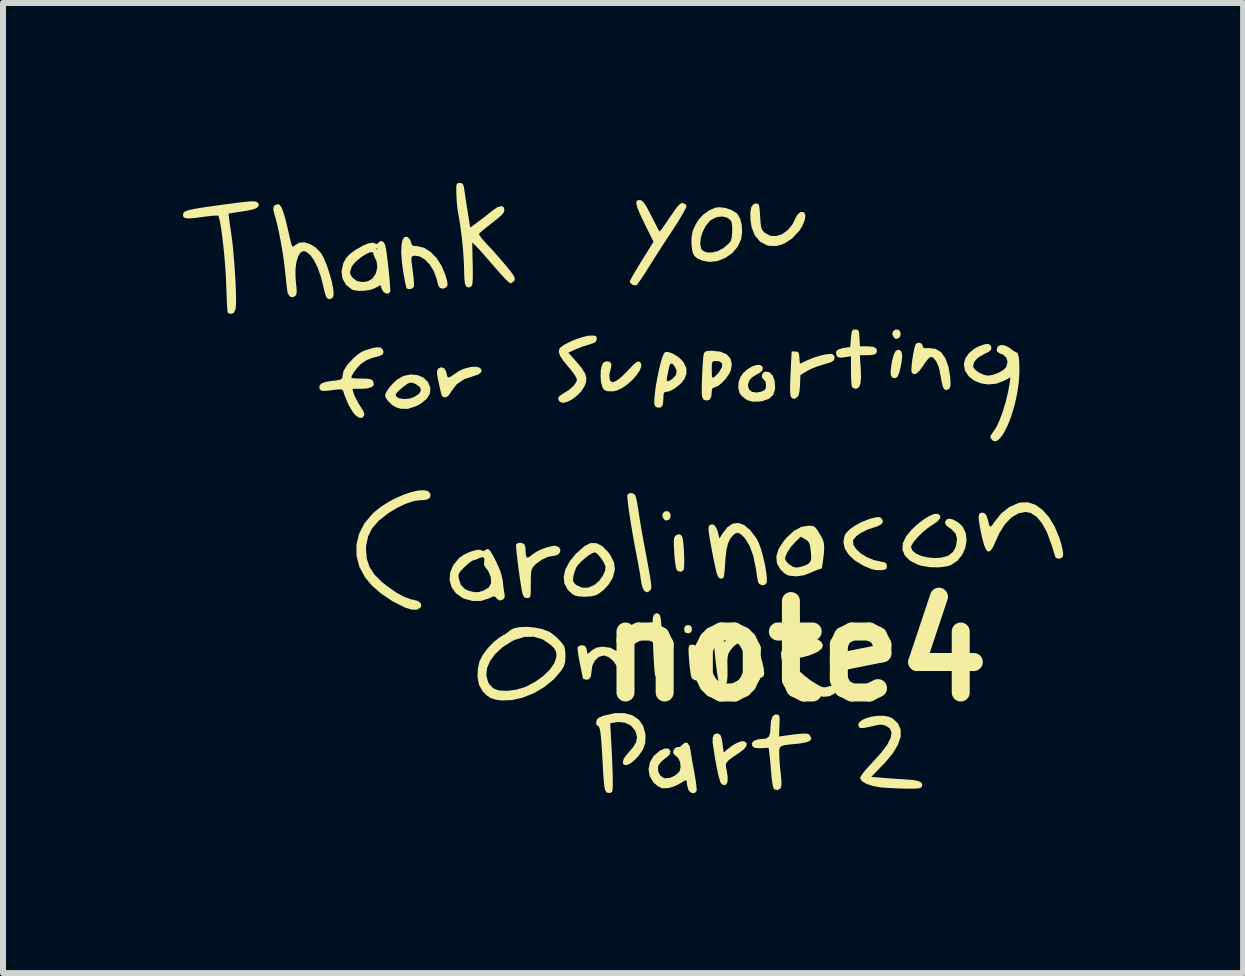
<source format=kicad_pcb>
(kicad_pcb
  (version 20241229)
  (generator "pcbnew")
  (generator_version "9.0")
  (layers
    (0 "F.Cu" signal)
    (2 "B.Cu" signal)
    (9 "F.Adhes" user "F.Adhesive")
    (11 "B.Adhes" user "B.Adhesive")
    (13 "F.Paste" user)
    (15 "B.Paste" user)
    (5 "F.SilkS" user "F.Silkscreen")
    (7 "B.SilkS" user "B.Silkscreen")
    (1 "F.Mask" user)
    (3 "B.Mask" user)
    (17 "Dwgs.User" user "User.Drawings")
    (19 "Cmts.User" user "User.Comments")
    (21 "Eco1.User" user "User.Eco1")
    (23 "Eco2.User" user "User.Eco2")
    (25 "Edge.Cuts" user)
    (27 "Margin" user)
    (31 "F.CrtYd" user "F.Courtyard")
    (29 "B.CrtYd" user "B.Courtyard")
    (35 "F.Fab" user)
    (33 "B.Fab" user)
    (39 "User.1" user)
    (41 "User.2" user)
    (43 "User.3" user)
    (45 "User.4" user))
  (footprint "note4"
    (layer "F.Cu")
    (at 10.206 7.803)
    (property "Reference" "note4" (at 0 0 0) (layer "F.SilkS") (effects (font (size 1.524 1.524) (thickness 0.3))))
    (attr board_only exclude_from_pos_files exclude_from_bom)
    (fp_poly (pts (xy -1.733 -0.414) (xy -1.722 -0.366) (xy -1.735 -0.316) (xy -1.777 -0.297) (xy -1.828 -0.306) (xy -1.847 -0.328) (xy -1.852 -0.388) (xy -1.823 -0.428) (xy -1.777 -0.435)) (stroke (width 0) (type solid)) (fill yes) (layer "F.SilkS"))
    (fp_poly (pts (xy -2.116 -2.33) (xy -2.084 -2.297) (xy -2.078 -2.245) (xy -2.097 -2.2) (xy -2.115 -2.188) (xy -2.152 -2.176) (xy -2.174 -2.184) (xy -2.193 -2.203) (xy -2.218 -2.253) (xy -2.206 -2.301) (xy -2.169 -2.332)) (stroke (width 0) (type solid)) (fill yes) (layer "F.SilkS"))
    (fp_poly (pts (xy 1.719 -5.359) (xy 1.75 -5.325) (xy 1.757 -5.274) (xy 1.738 -5.229) (xy 1.72 -5.217) (xy 1.682 -5.204) (xy 1.661 -5.212) (xy 1.641 -5.231) (xy 1.617 -5.281) (xy 1.628 -5.329) (xy 1.666 -5.36)) (stroke (width 0) (type solid)) (fill yes) (layer "F.SilkS"))
    (fp_poly (pts (xy 1.743 -5.017) (xy 1.772 -4.986) (xy 1.782 -4.921) (xy 1.772 -4.818) (xy 1.756 -4.733) (xy 1.73 -4.632) (xy 1.703 -4.573) (xy 1.67 -4.55) (xy 1.625 -4.556) (xy 1.618 -4.559) (xy 1.594 -4.592) (xy 1.589 -4.664) (xy 1.603 -4.779) (xy 1.615 -4.844) (xy 1.643 -4.947) (xy 1.675 -5.005) (xy 1.717 -5.023)) (stroke (width 0) (type solid)) (fill yes) (layer "F.SilkS"))
    (fp_poly (pts (xy -1.909 -1.938) (xy -1.89 -1.916) (xy -1.876 -1.873) (xy -1.865 -1.801) (xy -1.857 -1.691) (xy -1.855 -1.646) (xy -1.851 -1.531) (xy -1.852 -1.436) (xy -1.857 -1.371) (xy -1.864 -1.349) (xy -1.909 -1.321) (xy -1.96 -1.336) (xy -1.975 -1.352) (xy -1.988 -1.389) (xy -2.001 -1.463) (xy -2.012 -1.562) (xy -2.018 -1.639) (xy -2.024 -1.756) (xy -2.025 -1.833) (xy -2.02 -1.882) (xy -2.007 -1.912) (xy -1.992 -1.928) (xy -1.944 -1.95)) (stroke (width 0) (type solid)) (fill yes) (layer "F.SilkS"))
    (fp_poly (pts (xy -1.692 -0.107) (xy -1.67 -0.092) (xy -1.653 -0.055) (xy -1.636 0.018) (xy -1.619 0.112) (xy -1.604 0.216) (xy -1.594 0.315) (xy -1.59 0.396) (xy -1.594 0.446) (xy -1.595 0.449) (xy -1.629 0.483) (xy -1.677 0.485) (xy -1.72 0.455) (xy -1.732 0.433) (xy -1.743 0.385) (xy -1.755 0.302) (xy -1.766 0.199) (xy -1.771 0.143) (xy -1.778 0.034) (xy -1.78 -0.036) (xy -1.774 -0.077) (xy -1.761 -0.098) (xy -1.745 -0.107)) (stroke (width 0) (type solid)) (fill yes) (layer "F.SilkS"))
    (fp_poly (pts (xy -2.277 -0.62) (xy -2.262 -0.605) (xy -2.25 -0.578) (xy -2.241 -0.531) (xy -2.233 -0.458) (xy -2.226 -0.354) (xy -2.22 -0.21) (xy -2.215 -0.109) (xy -2.21 0.041) (xy -2.207 0.176) (xy -2.205 0.287) (xy -2.205 0.366) (xy -2.208 0.405) (xy -2.209 0.407) (xy -2.241 0.434) (xy -2.29 0.437) (xy -2.331 0.416) (xy -2.335 0.411) (xy -2.341 0.379) (xy -2.348 0.306) (xy -2.356 0.2) (xy -2.363 0.069) (xy -2.37 -0.079) (xy -2.37 -0.096) (xy -2.376 -0.265) (xy -2.379 -0.393) (xy -2.378 -0.484) (xy -2.375 -0.546) (xy -2.367 -0.585) (xy -2.356 -0.608) (xy -2.354 -0.61) (xy -2.314 -0.633)) (stroke (width 0) (type solid)) (fill yes) (layer "F.SilkS"))
    (fp_poly (pts (xy -5.257 -4.722) (xy -5.228 -4.688) (xy -5.237 -4.648) (xy -5.285 -4.61) (xy -5.357 -4.586) (xy -5.519 -4.533) (xy -5.644 -4.448) (xy -5.732 -4.331) (xy -5.743 -4.311) (xy -5.782 -4.256) (xy -5.83 -4.23) (xy -5.873 -4.236) (xy -5.895 -4.267) (xy -5.907 -4.311) (xy -5.925 -4.388) (xy -5.945 -4.481) (xy -5.947 -4.492) (xy -5.966 -4.587) (xy -5.973 -4.645) (xy -5.968 -4.681) (xy -5.953 -4.706) (xy -5.947 -4.712) (xy -5.9 -4.732) (xy -5.852 -4.714) (xy -5.821 -4.664) (xy -5.817 -4.65) (xy -5.803 -4.583) (xy -5.782 -4.56) (xy -5.743 -4.575) (xy -5.709 -4.599) (xy -5.612 -4.665) (xy -5.526 -4.706) (xy -5.426 -4.732) (xy -5.41 -4.736) (xy -5.318 -4.741)) (stroke (width 0) (type solid)) (fill yes) (layer "F.SilkS"))
    (fp_poly (pts (xy -3.089 -4.821) (xy -3.064 -4.779) (xy -3.075 -4.707) (xy -3.078 -4.7) (xy -3.1 -4.605) (xy -3.092 -4.523) (xy -3.08 -4.498) (xy -3.044 -4.481) (xy -2.985 -4.504) (xy -2.906 -4.563) (xy -2.81 -4.656) (xy -2.777 -4.692) (xy -2.698 -4.775) (xy -2.642 -4.82) (xy -2.605 -4.829) (xy -2.604 -4.828) (xy -2.569 -4.794) (xy -2.568 -4.74) (xy -2.597 -4.671) (xy -2.649 -4.595) (xy -2.718 -4.518) (xy -2.799 -4.446) (xy -2.885 -4.386) (xy -2.973 -4.345) (xy -3.035 -4.33) (xy -3.131 -4.332) (xy -3.185 -4.354) (xy -3.216 -4.402) (xy -3.238 -4.484) (xy -3.246 -4.583) (xy -3.241 -4.684) (xy -3.231 -4.738) (xy -3.206 -4.8) (xy -3.167 -4.827) (xy -3.146 -4.831)) (stroke (width 0) (type solid)) (fill yes) (layer "F.SilkS"))
    (fp_poly (pts (xy 0.039 -4.989) (xy 0.059 -4.963) (xy 0.068 -4.902) (xy 0.068 -4.892) (xy 0.076 -4.79) (xy 0.203 -4.849) (xy 0.309 -4.892) (xy 0.418 -4.926) (xy 0.518 -4.948) (xy 0.594 -4.954) (xy 0.622 -4.949) (xy 0.653 -4.914) (xy 0.655 -4.879) (xy 0.643 -4.848) (xy 0.61 -4.823) (xy 0.547 -4.8) (xy 0.476 -4.78) (xy 0.37 -4.747) (xy 0.266 -4.705) (xy 0.195 -4.669) (xy 0.085 -4.602) (xy 0.079 -4.432) (xy 0.07 -4.328) (xy 0.054 -4.263) (xy 0.031 -4.231) (xy -0.016 -4.204) (xy -0.05 -4.213) (xy -0.07 -4.234) (xy -0.081 -4.267) (xy -0.087 -4.337) (xy -0.086 -4.446) (xy -0.081 -4.6) (xy -0.079 -4.631) (xy -0.061 -4.995) (xy 0 -4.995)) (stroke (width 0) (type solid)) (fill yes) (layer "F.SilkS"))
    (fp_poly (pts (xy -1.282 1.377) (xy -1.255 1.392) (xy -1.238 1.419) (xy -1.224 1.472) (xy -1.21 1.56) (xy -1.209 1.572) (xy -1.193 1.69) (xy -1.14 1.643) (xy -1.054 1.576) (xy -0.968 1.527) (xy -0.894 1.502) (xy -0.855 1.502) (xy -0.811 1.532) (xy -0.811 1.576) (xy -0.854 1.633) (xy -0.934 1.695) (xy -1.036 1.763) (xy -1.103 1.812) (xy -1.141 1.851) (xy -1.157 1.886) (xy -1.156 1.925) (xy -1.148 1.966) (xy -1.128 2.083) (xy -1.128 2.17) (xy -1.148 2.222) (xy -1.186 2.236) (xy -1.23 2.215) (xy -1.251 2.178) (xy -1.275 2.097) (xy -1.302 1.978) (xy -1.331 1.826) (xy -1.36 1.646) (xy -1.378 1.523) (xy -1.377 1.44) (xy -1.352 1.387) (xy -1.306 1.371)) (stroke (width 0) (type solid)) (fill yes) (layer "F.SilkS"))
    (fp_poly (pts (xy -0.629 -7.459) (xy -0.611 -7.445) (xy -0.6 -7.411) (xy -0.593 -7.347) (xy -0.586 -7.245) (xy -0.579 -7.14) (xy -0.57 -7.071) (xy -0.554 -7.026) (xy -0.529 -6.993) (xy -0.505 -6.971) (xy -0.417 -6.923) (xy -0.319 -6.918) (xy -0.22 -6.95) (xy -0.126 -7.017) (xy -0.047 -7.113) (xy 0.003 -7.217) (xy 0.041 -7.283) (xy 0.089 -7.319) (xy 0.137 -7.318) (xy 0.152 -7.307) (xy 0.168 -7.259) (xy 0.157 -7.186) (xy 0.124 -7.1) (xy 0.072 -7.013) (xy 0.065 -7.005) (xy -0.051 -6.88) (xy -0.177 -6.796) (xy -0.307 -6.753) (xy -0.437 -6.755) (xy -0.473 -6.765) (xy -0.586 -6.825) (xy -0.671 -6.924) (xy -0.726 -7.057) (xy -0.746 -7.174) (xy -0.75 -7.31) (xy -0.733 -7.403) (xy -0.693 -7.453) (xy -0.658 -7.461)) (stroke (width 0) (type solid)) (fill yes) (layer "F.SilkS"))
    (fp_poly (pts (xy -2.674 -2.607) (xy -2.666 -2.595) (xy -2.653 -2.552) (xy -2.636 -2.475) (xy -2.62 -2.378) (xy -2.615 -2.345) (xy -2.601 -2.25) (xy -2.58 -2.121) (xy -2.554 -1.969) (xy -2.525 -1.809) (xy -2.504 -1.697) (xy -2.468 -1.505) (xy -2.441 -1.355) (xy -2.421 -1.242) (xy -2.408 -1.159) (xy -2.401 -1.102) (xy -2.4 -1.063) (xy -2.403 -1.039) (xy -2.411 -1.023) (xy -2.419 -1.013) (xy -2.459 -0.98) (xy -2.5 -0.992) (xy -2.522 -1.012) (xy -2.545 -1.055) (xy -2.564 -1.127) (xy -2.573 -1.18) (xy -2.584 -1.258) (xy -2.603 -1.369) (xy -2.626 -1.497) (xy -2.649 -1.616) (xy -2.681 -1.783) (xy -2.711 -1.953) (xy -2.739 -2.118) (xy -2.763 -2.27) (xy -2.782 -2.403) (xy -2.794 -2.508) (xy -2.8 -2.579) (xy -2.798 -2.605) (xy -2.766 -2.633) (xy -2.718 -2.633)) (stroke (width 0) (type solid)) (fill yes) (layer "F.SilkS"))
    (fp_poly (pts (xy 1.036 -5.357) (xy 1.055 -5.338) (xy 1.065 -5.292) (xy 1.07 -5.22) (xy 1.077 -5.08) (xy 1.208 -5.08) (xy 1.301 -5.072) (xy 1.351 -5.046) (xy 1.361 -5.001) (xy 1.352 -4.97) (xy 1.325 -4.946) (xy 1.262 -4.935) (xy 1.207 -4.933) (xy 1.076 -4.933) (xy 1.091 -4.706) (xy 1.096 -4.564) (xy 1.087 -4.464) (xy 1.064 -4.402) (xy 1.026 -4.375) (xy 1.003 -4.372) (xy 0.958 -4.39) (xy 0.943 -4.41) (xy 0.936 -4.451) (xy 0.931 -4.527) (xy 0.928 -4.626) (xy 0.928 -4.682) (xy 0.928 -4.915) (xy 0.82 -4.898) (xy 0.749 -4.891) (xy 0.71 -4.9) (xy 0.687 -4.927) (xy 0.676 -4.984) (xy 0.711 -5.025) (xy 0.792 -5.051) (xy 0.81 -5.054) (xy 0.916 -5.068) (xy 0.928 -5.214) (xy 0.936 -5.296) (xy 0.948 -5.34) (xy 0.968 -5.358) (xy 1.001 -5.361)) (stroke (width 0) (type solid)) (fill yes) (layer "F.SilkS"))
    (fp_poly (pts (xy 1.423 -2.224) (xy 1.44 -2.21) (xy 1.462 -2.163) (xy 1.439 -2.119) (xy 1.372 -2.081) (xy 1.311 -2.061) (xy 1.201 -2.024) (xy 1.099 -1.974) (xy 1.019 -1.917) (xy 0.97 -1.862) (xy 0.963 -1.844) (xy 0.968 -1.774) (xy 1.014 -1.7) (xy 1.092 -1.628) (xy 1.194 -1.566) (xy 1.313 -1.517) (xy 1.429 -1.491) (xy 1.492 -1.478) (xy 1.52 -1.456) (xy 1.526 -1.417) (xy 1.521 -1.378) (xy 1.497 -1.359) (xy 1.441 -1.35) (xy 1.417 -1.349) (xy 1.34 -1.351) (xy 1.259 -1.371) (xy 1.157 -1.414) (xy 1.131 -1.426) (xy 0.993 -1.51) (xy 0.89 -1.606) (xy 0.825 -1.71) (xy 0.801 -1.817) (xy 0.821 -1.922) (xy 0.845 -1.966) (xy 0.905 -2.029) (xy 0.999 -2.095) (xy 1.112 -2.155) (xy 1.23 -2.201) (xy 1.265 -2.211) (xy 1.345 -2.23) (xy 1.393 -2.235)) (stroke (width 0) (type solid)) (fill yes) (layer "F.SilkS"))
    (fp_poly (pts (xy -6.299 -4.602) (xy -6.197 -4.558) (xy -6.122 -4.484) (xy -6.082 -4.387) (xy -6.089 -4.293) (xy -6.143 -4.205) (xy -6.241 -4.125) (xy -6.326 -4.081) (xy -6.456 -4.038) (xy -6.574 -4.039) (xy -6.657 -4.065) (xy -6.722 -4.105) (xy -6.782 -4.162) (xy -6.826 -4.221) (xy -6.838 -4.262) (xy -6.832 -4.28) (xy -6.66 -4.28) (xy -6.655 -4.253) (xy -6.646 -4.241) (xy -6.595 -4.212) (xy -6.516 -4.202) (xy -6.428 -4.21) (xy -6.353 -4.236) (xy -6.272 -4.29) (xy -6.239 -4.345) (xy -6.254 -4.397) (xy -6.318 -4.446) (xy -6.332 -4.453) (xy -6.382 -4.473) (xy -6.425 -4.474) (xy -6.473 -4.452) (xy -6.537 -4.403) (xy -6.582 -4.365) (xy -6.637 -4.313) (xy -6.66 -4.28) (xy -6.832 -4.28) (xy -6.821 -4.311) (xy -6.777 -4.38) (xy -6.714 -4.454) (xy -6.643 -4.521) (xy -6.637 -4.526) (xy -6.531 -4.587) (xy -6.414 -4.611)) (stroke (width 0) (type solid)) (fill yes) (layer "F.SilkS"))
    (fp_poly (pts (xy 2.102 -5.128) (xy 2.125 -5.089) (xy 2.125 -5.083) (xy 2.134 -5.058) (xy 2.17 -5.049) (xy 2.23 -5.051) (xy 2.34 -5.038) (xy 2.431 -4.981) (xy 2.502 -4.882) (xy 2.553 -4.742) (xy 2.582 -4.564) (xy 2.582 -4.56) (xy 2.588 -4.463) (xy 2.583 -4.405) (xy 2.568 -4.375) (xy 2.562 -4.37) (xy 2.516 -4.349) (xy 2.484 -4.365) (xy 2.473 -4.378) (xy 2.458 -4.416) (xy 2.44 -4.488) (xy 2.424 -4.579) (xy 2.422 -4.59) (xy 2.393 -4.728) (xy 2.351 -4.829) (xy 2.298 -4.89) (xy 2.265 -4.904) (xy 2.23 -4.888) (xy 2.18 -4.83) (xy 2.136 -4.764) (xy 2.071 -4.674) (xy 2.015 -4.623) (xy 1.97 -4.615) (xy 1.939 -4.65) (xy 1.939 -4.65) (xy 1.935 -4.695) (xy 1.94 -4.772) (xy 1.951 -4.866) (xy 1.967 -4.962) (xy 1.985 -5.048) (xy 2.003 -5.107) (xy 2.012 -5.124) (xy 2.057 -5.143)) (stroke (width 0) (type solid)) (fill yes) (layer "F.SilkS"))
    (fp_poly (pts (xy -0.551 -4.746) (xy -0.542 -4.721) (xy -0.548 -4.679) (xy -0.587 -4.643) (xy -0.629 -4.619) (xy -0.717 -4.566) (xy -0.766 -4.513) (xy -0.787 -4.447) (xy -0.789 -4.43) (xy -0.773 -4.364) (xy -0.723 -4.323) (xy -0.647 -4.31) (xy -0.573 -4.323) (xy -0.516 -4.348) (xy -0.492 -4.383) (xy -0.488 -4.432) (xy -0.5 -4.499) (xy -0.527 -4.528) (xy -0.556 -4.559) (xy -0.555 -4.606) (xy -0.53 -4.646) (xy -0.5 -4.66) (xy -0.43 -4.648) (xy -0.376 -4.593) (xy -0.343 -4.5) (xy -0.342 -4.496) (xy -0.336 -4.37) (xy -0.367 -4.273) (xy -0.438 -4.206) (xy -0.548 -4.167) (xy -0.616 -4.159) (xy -0.712 -4.158) (xy -0.785 -4.178) (xy -0.823 -4.198) (xy -0.882 -4.244) (xy -0.924 -4.291) (xy -0.927 -4.296) (xy -0.95 -4.383) (xy -0.944 -4.486) (xy -0.916 -4.567) (xy -0.865 -4.639) (xy -0.797 -4.699) (xy -0.723 -4.744) (xy -0.65 -4.769) (xy -0.59 -4.771)) (stroke (width 0) (type solid)) (fill yes) (layer "F.SilkS"))
    (fp_poly (pts (xy -4.561 -1.804) (xy -4.518 -1.782) (xy -4.509 -1.769) (xy -4.498 -1.717) (xy -4.494 -1.651) (xy -4.488 -1.582) (xy -4.468 -1.557) (xy -4.428 -1.574) (xy -4.38 -1.612) (xy -4.312 -1.658) (xy -4.221 -1.701) (xy -4.124 -1.735) (xy -4.038 -1.754) (xy -3.99 -1.754) (xy -3.934 -1.727) (xy -3.914 -1.684) (xy -3.927 -1.638) (xy -3.969 -1.601) (xy -4.034 -1.587) (xy -4.126 -1.57) (xy -4.228 -1.522) (xy -4.321 -1.455) (xy -4.347 -1.429) (xy -4.376 -1.395) (xy -4.394 -1.358) (xy -4.404 -1.306) (xy -4.408 -1.229) (xy -4.408 -1.127) (xy -4.409 -1.019) (xy -4.412 -0.949) (xy -4.42 -0.91) (xy -4.435 -0.891) (xy -4.459 -0.884) (xy -4.463 -0.884) (xy -4.514 -0.894) (xy -4.539 -0.933) (xy -4.552 -0.98) (xy -4.567 -1.061) (xy -4.584 -1.168) (xy -4.602 -1.29) (xy -4.619 -1.416) (xy -4.634 -1.538) (xy -4.646 -1.645) (xy -4.653 -1.728) (xy -4.654 -1.776) (xy -4.652 -1.784) (xy -4.615 -1.805)) (stroke (width 0) (type solid)) (fill yes) (layer "F.SilkS"))
    (fp_poly (pts (xy -3.321 -5.25) (xy -3.31 -5.224) (xy -3.309 -5.205) (xy -3.317 -5.167) (xy -3.346 -5.142) (xy -3.41 -5.118) (xy -3.431 -5.112) (xy -3.533 -5.08) (xy -3.638 -5.04) (xy -3.668 -5.027) (xy -3.783 -4.975) (xy -3.65 -4.826) (xy -3.56 -4.718) (xy -3.505 -4.631) (xy -3.482 -4.555) (xy -3.488 -4.482) (xy -3.515 -4.412) (xy -3.568 -4.33) (xy -3.641 -4.256) (xy -3.722 -4.195) (xy -3.803 -4.154) (xy -3.874 -4.138) (xy -3.924 -4.154) (xy -3.926 -4.156) (xy -3.954 -4.202) (xy -3.938 -4.246) (xy -3.875 -4.29) (xy -3.865 -4.296) (xy -3.773 -4.353) (xy -3.698 -4.419) (xy -3.651 -4.484) (xy -3.639 -4.525) (xy -3.654 -4.565) (xy -3.696 -4.629) (xy -3.754 -4.705) (xy -3.773 -4.726) (xy -3.864 -4.837) (xy -3.92 -4.921) (xy -3.942 -4.986) (xy -3.934 -5.035) (xy -3.92 -5.056) (xy -3.861 -5.101) (xy -3.771 -5.149) (xy -3.663 -5.196) (xy -3.554 -5.233) (xy -3.459 -5.256) (xy -3.425 -5.259) (xy -3.355 -5.259)) (stroke (width 0) (type solid)) (fill yes) (layer "F.SilkS"))
    (fp_poly (pts (xy -3.506 -0.087) (xy -3.482 -0.046) (xy -3.477 -0.025) (xy -3.462 0.048) (xy -3.39 -0.013) (xy -3.315 -0.058) (xy -3.223 -0.073) (xy -3.209 -0.073) (xy -3.081 -0.056) (xy -2.975 0.001) (xy -2.882 0.101) (xy -2.881 0.103) (xy -2.832 0.184) (xy -2.788 0.28) (xy -2.754 0.377) (xy -2.733 0.465) (xy -2.73 0.529) (xy -2.738 0.553) (xy -2.788 0.584) (xy -2.838 0.57) (xy -2.852 0.556) (xy -2.871 0.517) (xy -2.897 0.447) (xy -2.916 0.386) (xy -2.964 0.266) (xy -3.03 0.168) (xy -3.107 0.101) (xy -3.186 0.074) (xy -3.194 0.073) (xy -3.275 0.096) (xy -3.34 0.156) (xy -3.383 0.244) (xy -3.395 0.329) (xy -3.406 0.417) (xy -3.438 0.468) (xy -3.488 0.478) (xy -3.502 0.474) (xy -3.536 0.458) (xy -3.541 0.452) (xy -3.546 0.427) (xy -3.558 0.364) (xy -3.576 0.275) (xy -3.591 0.205) (xy -3.611 0.1) (xy -3.624 0.012) (xy -3.63 -0.048) (xy -3.628 -0.066) (xy -3.597 -0.09) (xy -3.554 -0.098)) (stroke (width 0) (type solid)) (fill yes) (layer "F.SilkS"))
    (fp_poly (pts (xy -2.048 -4.962) (xy -1.971 -4.918) (xy -1.901 -4.86) (xy -1.862 -4.814) (xy -1.816 -4.716) (xy -1.814 -4.622) (xy -1.845 -4.541) (xy -1.893 -4.476) (xy -1.965 -4.411) (xy -2.044 -4.357) (xy -2.116 -4.326) (xy -2.141 -4.323) (xy -2.178 -4.317) (xy -2.194 -4.289) (xy -2.198 -4.227) (xy -2.202 -4.155) (xy -2.211 -4.099) (xy -2.213 -4.093) (xy -2.247 -4.06) (xy -2.298 -4.058) (xy -2.34 -4.085) (xy -2.35 -4.127) (xy -2.349 -4.206) (xy -2.339 -4.312) (xy -2.322 -4.435) (xy -2.309 -4.505) (xy -2.143 -4.505) (xy -2.118 -4.498) (xy -2.062 -4.528) (xy -2.055 -4.533) (xy -1.992 -4.598) (xy -1.976 -4.669) (xy -2.008 -4.744) (xy -2.048 -4.791) (xy -2.078 -4.793) (xy -2.099 -4.75) (xy -2.111 -4.696) (xy -2.126 -4.619) (xy -2.14 -4.554) (xy -2.141 -4.549) (xy -2.143 -4.505) (xy -2.309 -4.505) (xy -2.298 -4.566) (xy -2.271 -4.694) (xy -2.243 -4.81) (xy -2.214 -4.904) (xy -2.187 -4.965) (xy -2.171 -4.984) (xy -2.12 -4.987)) (stroke (width 0) (type solid)) (fill yes) (layer "F.SilkS"))
    (fp_poly (pts (xy -1.25 -4.992) (xy -1.147 -4.949) (xy -1.082 -4.88) (xy -1.058 -4.788) (xy -1.073 -4.687) (xy -1.107 -4.614) (xy -1.162 -4.537) (xy -1.228 -4.468) (xy -1.292 -4.417) (xy -1.345 -4.396) (xy -1.346 -4.396) (xy -1.381 -4.383) (xy -1.392 -4.335) (xy -1.392 -4.325) (xy -1.401 -4.238) (xy -1.429 -4.19) (xy -1.48 -4.176) (xy -1.53 -4.192) (xy -1.554 -4.24) (xy -1.558 -4.286) (xy -1.559 -4.37) (xy -1.557 -4.478) (xy -1.553 -4.598) (xy -1.549 -4.686) (xy -1.392 -4.686) (xy -1.391 -4.605) (xy -1.386 -4.565) (xy -1.373 -4.556) (xy -1.35 -4.57) (xy -1.349 -4.57) (xy -1.299 -4.618) (xy -1.27 -4.652) (xy -1.223 -4.732) (xy -1.218 -4.79) (xy -1.255 -4.826) (xy -1.322 -4.836) (xy -1.36 -4.834) (xy -1.381 -4.82) (xy -1.39 -4.783) (xy -1.392 -4.711) (xy -1.392 -4.686) (xy -1.549 -4.686) (xy -1.547 -4.719) (xy -1.54 -4.829) (xy -1.532 -4.914) (xy -1.523 -4.964) (xy -1.504 -4.991) (xy -1.457 -5.004) (xy -1.39 -5.007)) (stroke (width 0) (type solid)) (fill yes) (layer "F.SilkS"))
    (fp_poly (pts (xy -6.121 -2.666) (xy -6.085 -2.627) (xy -6.081 -2.602) (xy -6.093 -2.555) (xy -6.134 -2.528) (xy -6.211 -2.516) (xy -6.255 -2.516) (xy -6.363 -2.5) (xy -6.495 -2.455) (xy -6.638 -2.388) (xy -6.782 -2.301) (xy -6.783 -2.3) (xy -6.94 -2.177) (xy -7.052 -2.049) (xy -7.121 -1.91) (xy -7.153 -1.754) (xy -7.155 -1.691) (xy -7.141 -1.536) (xy -7.095 -1.399) (xy -7.012 -1.273) (xy -6.887 -1.149) (xy -6.805 -1.084) (xy -6.653 -0.978) (xy -6.524 -0.906) (xy -6.41 -0.865) (xy -6.365 -0.856) (xy -6.284 -0.833) (xy -6.24 -0.794) (xy -6.236 -0.747) (xy -6.251 -0.723) (xy -6.308 -0.69) (xy -6.396 -0.692) (xy -6.509 -0.728) (xy -6.712 -0.831) (xy -6.898 -0.954) (xy -7.056 -1.091) (xy -7.172 -1.23) (xy -7.267 -1.407) (xy -7.314 -1.59) (xy -7.315 -1.775) (xy -7.271 -1.956) (xy -7.183 -2.128) (xy -7.05 -2.287) (xy -7.024 -2.312) (xy -6.911 -2.403) (xy -6.785 -2.484) (xy -6.653 -2.554) (xy -6.521 -2.611) (xy -6.395 -2.653) (xy -6.282 -2.677) (xy -6.189 -2.682)) (stroke (width 0) (type solid)) (fill yes) (layer "F.SilkS"))
    (fp_poly (pts (xy -6.455 -6.897) (xy -6.417 -6.853) (xy -6.404 -6.811) (xy -6.392 -6.772) (xy -6.36 -6.755) (xy -6.3 -6.75) (xy -6.188 -6.723) (xy -6.079 -6.655) (xy -5.979 -6.552) (xy -5.894 -6.419) (xy -5.83 -6.265) (xy -5.824 -6.243) (xy -5.802 -6.162) (xy -5.796 -6.113) (xy -5.804 -6.083) (xy -5.82 -6.063) (xy -5.871 -6.04) (xy -5.921 -6.053) (xy -5.946 -6.087) (xy -5.959 -6.129) (xy -5.977 -6.196) (xy -5.982 -6.216) (xy -6.027 -6.337) (xy -6.093 -6.443) (xy -6.173 -6.526) (xy -6.258 -6.578) (xy -6.341 -6.591) (xy -6.345 -6.591) (xy -6.374 -6.585) (xy -6.392 -6.574) (xy -6.399 -6.547) (xy -6.397 -6.497) (xy -6.387 -6.414) (xy -6.374 -6.321) (xy -6.362 -6.221) (xy -6.355 -6.136) (xy -6.356 -6.081) (xy -6.358 -6.071) (xy -6.39 -6.042) (xy -6.438 -6.032) (xy -6.477 -6.046) (xy -6.481 -6.051) (xy -6.489 -6.082) (xy -6.504 -6.149) (xy -6.521 -6.241) (xy -6.531 -6.295) (xy -6.557 -6.477) (xy -6.568 -6.631) (xy -6.565 -6.756) (xy -6.549 -6.845) (xy -6.52 -6.897) (xy -6.477 -6.907)) (stroke (width 0) (type solid)) (fill yes) (layer "F.SilkS"))
    (fp_poly (pts (xy -0.806 -0.271) (xy -0.716 -0.194) (xy -0.648 -0.094) (xy -0.613 -0.015) (xy -0.578 0.083) (xy -0.549 0.189) (xy -0.527 0.287) (xy -0.518 0.364) (xy -0.522 0.403) (xy -0.553 0.44) (xy -0.595 0.44) (xy -0.638 0.41) (xy -0.671 0.358) (xy -0.684 0.294) (xy -0.695 0.22) (xy -0.725 0.125) (xy -0.766 0.028) (xy -0.81 -0.055) (xy -0.84 -0.094) (xy -0.9 -0.134) (xy -0.961 -0.13) (xy -1.026 -0.081) (xy -1.069 -0.03) (xy -1.1 0.014) (xy -1.119 0.055) (xy -1.129 0.107) (xy -1.132 0.181) (xy -1.13 0.289) (xy -1.13 0.42) (xy -1.138 0.508) (xy -1.158 0.561) (xy -1.19 0.584) (xy -1.209 0.586) (xy -1.25 0.569) (xy -1.265 0.556) (xy -1.276 0.522) (xy -1.29 0.448) (xy -1.306 0.345) (xy -1.322 0.22) (xy -1.33 0.151) (xy -1.346 -0.002) (xy -1.354 -0.113) (xy -1.356 -0.189) (xy -1.351 -0.236) (xy -1.342 -0.258) (xy -1.294 -0.291) (xy -1.249 -0.277) (xy -1.214 -0.221) (xy -1.187 -0.15) (xy -1.106 -0.221) (xy -1.004 -0.285) (xy -0.904 -0.301)) (stroke (width 0) (type solid)) (fill yes) (layer "F.SilkS"))
    (fp_poly (pts (xy -2.553 -7.504) (xy -2.518 -7.467) (xy -2.475 -7.399) (xy -2.42 -7.295) (xy -2.4 -7.256) (xy -2.349 -7.156) (xy -2.306 -7.072) (xy -2.276 -7.015) (xy -2.264 -6.993) (xy -2.247 -7.009) (xy -2.21 -7.058) (xy -2.157 -7.133) (xy -2.094 -7.226) (xy -2.091 -7.231) (xy -2.018 -7.338) (xy -1.965 -7.409) (xy -1.925 -7.45) (xy -1.895 -7.468) (xy -1.874 -7.469) (xy -1.828 -7.447) (xy -1.812 -7.421) (xy -1.823 -7.388) (xy -1.857 -7.323) (xy -1.909 -7.232) (xy -1.977 -7.122) (xy -2.044 -7.018) (xy -2.139 -6.874) (xy -2.24 -6.719) (xy -2.337 -6.567) (xy -2.421 -6.434) (xy -2.454 -6.381) (xy -2.519 -6.278) (xy -2.577 -6.191) (xy -2.622 -6.129) (xy -2.648 -6.098) (xy -2.651 -6.097) (xy -2.692 -6.099) (xy -2.719 -6.11) (xy -2.753 -6.141) (xy -2.76 -6.158) (xy -2.748 -6.187) (xy -2.714 -6.249) (xy -2.663 -6.337) (xy -2.599 -6.443) (xy -2.562 -6.504) (xy -2.363 -6.824) (xy -2.517 -7.133) (xy -2.585 -7.277) (xy -2.629 -7.382) (xy -2.649 -7.455) (xy -2.647 -7.499) (xy -2.622 -7.518) (xy -2.583 -7.518)) (stroke (width 0) (type solid)) (fill yes) (layer "F.SilkS"))
    (fp_poly (pts (xy 4.002 -2.439) (xy 4.12 -2.355) (xy 4.228 -2.234) (xy 4.322 -2.078) (xy 4.401 -1.891) (xy 4.436 -1.776) (xy 4.455 -1.689) (xy 4.464 -1.618) (xy 4.462 -1.579) (xy 4.43 -1.548) (xy 4.383 -1.54) (xy 4.343 -1.556) (xy 4.335 -1.569) (xy 4.323 -1.606) (xy 4.301 -1.675) (xy 4.273 -1.766) (xy 4.263 -1.795) (xy 4.193 -1.984) (xy 4.111 -2.133) (xy 4.021 -2.24) (xy 3.924 -2.303) (xy 3.839 -2.32) (xy 3.718 -2.296) (xy 3.602 -2.227) (xy 3.495 -2.115) (xy 3.4 -1.965) (xy 3.346 -1.844) (xy 3.297 -1.736) (xy 3.255 -1.673) (xy 3.216 -1.657) (xy 3.181 -1.688) (xy 3.147 -1.767) (xy 3.113 -1.894) (xy 3.103 -1.94) (xy 3.076 -2.077) (xy 3.06 -2.174) (xy 3.056 -2.239) (xy 3.063 -2.278) (xy 3.08 -2.3) (xy 3.093 -2.306) (xy 3.146 -2.305) (xy 3.188 -2.259) (xy 3.214 -2.177) (xy 3.231 -2.101) (xy 3.248 -2.073) (xy 3.275 -2.089) (xy 3.317 -2.15) (xy 3.32 -2.155) (xy 3.433 -2.295) (xy 3.569 -2.402) (xy 3.718 -2.469) (xy 3.753 -2.477) (xy 3.879 -2.481)) (stroke (width 0) (type solid)) (fill yes) (layer "F.SilkS"))
    (fp_poly (pts (xy -1.16 -7.386) (xy -1.055 -7.349) (xy -0.974 -7.297) (xy -0.963 -7.286) (xy -0.919 -7.209) (xy -0.892 -7.102) (xy -0.886 -6.983) (xy -0.902 -6.869) (xy -0.959 -6.742) (xy -1.05 -6.635) (xy -1.166 -6.554) (xy -1.297 -6.502) (xy -1.432 -6.487) (xy -1.548 -6.509) (xy -1.633 -6.545) (xy -1.685 -6.59) (xy -1.714 -6.657) (xy -1.728 -6.757) (xy -1.73 -6.777) (xy -1.73 -6.785) (xy -1.585 -6.785) (xy -1.568 -6.708) (xy -1.549 -6.681) (xy -1.483 -6.647) (xy -1.394 -6.643) (xy -1.295 -6.666) (xy -1.202 -6.716) (xy -1.202 -6.716) (xy -1.138 -6.768) (xy -1.089 -6.817) (xy -1.076 -6.836) (xy -1.061 -6.888) (xy -1.053 -6.967) (xy -1.051 -7.052) (xy -1.057 -7.127) (xy -1.069 -7.171) (xy -1.131 -7.224) (xy -1.216 -7.245) (xy -1.311 -7.233) (xy -1.4 -7.19) (xy -1.427 -7.168) (xy -1.494 -7.086) (xy -1.545 -6.986) (xy -1.577 -6.882) (xy -1.585 -6.785) (xy -1.73 -6.785) (xy -1.73 -6.901) (xy -1.71 -7.005) (xy -1.663 -7.108) (xy -1.608 -7.196) (xy -1.533 -7.278) (xy -1.437 -7.346) (xy -1.336 -7.39) (xy -1.268 -7.4)) (stroke (width 0) (type solid)) (fill yes) (layer "F.SilkS"))
    (fp_poly (pts (xy -3.315 -1.8) (xy -3.218 -1.751) (xy -3.122 -1.654) (xy -3.08 -1.595) (xy -3.02 -1.476) (xy -3.007 -1.36) (xy -3.038 -1.237) (xy -3.05 -1.209) (xy -3.113 -1.108) (xy -3.198 -1.016) (xy -3.29 -0.948) (xy -3.329 -0.93) (xy -3.409 -0.912) (xy -3.51 -0.906) (xy -3.608 -0.912) (xy -3.678 -0.927) (xy -3.726 -0.959) (xy -3.782 -1.012) (xy -3.794 -1.025) (xy -3.848 -1.125) (xy -3.854 -1.178) (xy -3.706 -1.178) (xy -3.686 -1.135) (xy -3.65 -1.102) (xy -3.557 -1.058) (xy -3.453 -1.058) (xy -3.348 -1.103) (xy -3.344 -1.106) (xy -3.27 -1.171) (xy -3.21 -1.253) (xy -3.171 -1.336) (xy -3.163 -1.408) (xy -3.164 -1.414) (xy -3.19 -1.475) (xy -3.234 -1.545) (xy -3.286 -1.607) (xy -3.33 -1.644) (xy -3.334 -1.645) (xy -3.372 -1.638) (xy -3.432 -1.604) (xy -3.502 -1.552) (xy -3.57 -1.492) (xy -3.624 -1.433) (xy -3.649 -1.397) (xy -3.678 -1.324) (xy -3.7 -1.242) (xy -3.7 -1.242) (xy -3.706 -1.178) (xy -3.854 -1.178) (xy -3.86 -1.24) (xy -3.831 -1.364) (xy -3.762 -1.494) (xy -3.657 -1.623) (xy -3.517 -1.747) (xy -3.508 -1.754) (xy -3.412 -1.801)) (stroke (width 0) (type solid)) (fill yes) (layer "F.SilkS"))
    (fp_poly (pts (xy 0.304 -0.228) (xy 0.358 -0.205) (xy 0.36 -0.204) (xy 0.434 -0.153) (xy 0.461 -0.099) (xy 0.442 -0.044) (xy 0.378 0.009) (xy 0.271 0.058) (xy 0.225 0.074) (xy 0.133 0.099) (xy 0.048 0.117) (xy -0.003 0.122) (xy -0.058 0.133) (xy -0.073 0.161) (xy -0.055 0.201) (xy -0.005 0.262) (xy 0.067 0.334) (xy 0.153 0.409) (xy 0.244 0.48) (xy 0.328 0.535) (xy 0.405 0.58) (xy 0.457 0.601) (xy 0.499 0.604) (xy 0.546 0.591) (xy 0.553 0.588) (xy 0.618 0.571) (xy 0.659 0.578) (xy 0.673 0.587) (xy 0.704 0.624) (xy 0.696 0.662) (xy 0.657 0.705) (xy 0.575 0.75) (xy 0.473 0.762) (xy 0.367 0.738) (xy 0.345 0.728) (xy 0.25 0.673) (xy 0.143 0.598) (xy 0.035 0.513) (xy -0.061 0.428) (xy -0.131 0.354) (xy -0.15 0.33) (xy -0.195 0.241) (xy -0.227 0.142) (xy -0.231 0.116) (xy -0.238 0.043) (xy -0.232 0.004) (xy -0.208 -0.015) (xy -0.203 -0.017) (xy -0.156 -0.043) (xy -0.096 -0.087) (xy -0.084 -0.097) (xy -0.017 -0.141) (xy 0.072 -0.184) (xy 0.129 -0.205) (xy 0.209 -0.228) (xy 0.261 -0.236)) (stroke (width 0) (type solid)) (fill yes) (layer "F.SilkS"))
    (fp_poly (pts (xy 0.23 -2.091) (xy 0.277 -2.088) (xy 0.312 -2.077) (xy 0.343 -2.051) (xy 0.379 -2) (xy 0.427 -1.919) (xy 0.453 -1.872) (xy 0.474 -1.813) (xy 0.482 -1.73) (xy 0.476 -1.617) (xy 0.456 -1.466) (xy 0.443 -1.386) (xy 0.42 -1.369) (xy 0.409 -1.368) (xy 0.371 -1.357) (xy 0.307 -1.33) (xy 0.258 -1.307) (xy 0.137 -1.263) (xy 0.008 -1.246) (xy -0.107 -1.259) (xy -0.136 -1.269) (xy -0.185 -1.301) (xy -0.24 -1.354) (xy -0.252 -1.367) (xy -0.307 -1.467) (xy -0.313 -1.54) (xy -0.171 -1.54) (xy -0.151 -1.495) (xy -0.102 -1.446) (xy -0.041 -1.407) (xy 0.012 -1.392) (xy 0.079 -1.402) (xy 0.153 -1.425) (xy 0.157 -1.426) (xy 0.218 -1.456) (xy 0.252 -1.492) (xy 0.265 -1.545) (xy 0.262 -1.628) (xy 0.258 -1.669) (xy 0.246 -1.755) (xy 0.23 -1.807) (xy 0.201 -1.841) (xy 0.166 -1.864) (xy 0.09 -1.907) (xy -0.003 -1.816) (xy -0.073 -1.737) (xy -0.13 -1.652) (xy -0.165 -1.576) (xy -0.171 -1.54) (xy -0.313 -1.54) (xy -0.316 -1.579) (xy -0.279 -1.701) (xy -0.196 -1.831) (xy -0.143 -1.893) (xy -0.02 -2.006) (xy 0.101 -2.071) (xy 0.223 -2.091)) (stroke (width 0) (type solid)) (fill yes) (layer "F.SilkS"))
    (fp_poly (pts (xy 1.474 1.078) (xy 1.562 1.094) (xy 1.622 1.122) (xy 1.712 1.205) (xy 1.756 1.306) (xy 1.757 1.423) (xy 1.714 1.556) (xy 1.627 1.701) (xy 1.497 1.859) (xy 1.462 1.894) (xy 1.266 2.096) (xy 1.42 2.109) (xy 1.516 2.117) (xy 1.64 2.126) (xy 1.77 2.134) (xy 1.82 2.137) (xy 1.955 2.148) (xy 2.046 2.165) (xy 2.099 2.189) (xy 2.117 2.222) (xy 2.111 2.255) (xy 2.097 2.274) (xy 2.067 2.285) (xy 2.012 2.291) (xy 1.922 2.293) (xy 1.847 2.292) (xy 1.717 2.289) (xy 1.58 2.282) (xy 1.461 2.274) (xy 1.423 2.271) (xy 1.293 2.248) (xy 1.187 2.213) (xy 1.113 2.169) (xy 1.079 2.119) (xy 1.079 2.118) (xy 1.093 2.083) (xy 1.138 2.02) (xy 1.212 1.935) (xy 1.292 1.849) (xy 1.434 1.691) (xy 1.534 1.557) (xy 1.59 1.445) (xy 1.604 1.355) (xy 1.575 1.287) (xy 1.511 1.244) (xy 1.462 1.229) (xy 1.41 1.226) (xy 1.34 1.238) (xy 1.264 1.256) (xy 1.154 1.28) (xy 1.088 1.283) (xy 1.07 1.275) (xy 1.048 1.23) (xy 1.066 1.186) (xy 1.116 1.147) (xy 1.19 1.114) (xy 1.28 1.09) (xy 1.378 1.078)) (stroke (width 0) (type solid)) (fill yes) (layer "F.SilkS"))
    (fp_poly (pts (xy 2.379 -2.288) (xy 2.417 -2.256) (xy 2.413 -2.212) (xy 2.367 -2.159) (xy 2.288 -2.105) (xy 2.207 -2.051) (xy 2.123 -1.981) (xy 2.044 -1.904) (xy 1.98 -1.829) (xy 1.939 -1.767) (xy 1.929 -1.735) (xy 1.952 -1.676) (xy 2.013 -1.626) (xy 2.101 -1.587) (xy 2.208 -1.562) (xy 2.321 -1.551) (xy 2.432 -1.558) (xy 2.531 -1.584) (xy 2.564 -1.601) (xy 2.63 -1.655) (xy 2.671 -1.732) (xy 2.68 -1.759) (xy 2.696 -1.871) (xy 2.672 -1.959) (xy 2.604 -2.031) (xy 2.574 -2.05) (xy 2.51 -2.101) (xy 2.494 -2.149) (xy 2.526 -2.197) (xy 2.527 -2.198) (xy 2.574 -2.208) (xy 2.64 -2.189) (xy 2.712 -2.147) (xy 2.776 -2.091) (xy 2.791 -2.072) (xy 2.842 -1.965) (xy 2.855 -1.845) (xy 2.834 -1.721) (xy 2.782 -1.605) (xy 2.703 -1.507) (xy 2.601 -1.438) (xy 2.551 -1.419) (xy 2.404 -1.396) (xy 2.241 -1.399) (xy 2.087 -1.426) (xy 2.034 -1.444) (xy 1.909 -1.51) (xy 1.825 -1.594) (xy 1.786 -1.691) (xy 1.792 -1.798) (xy 1.845 -1.909) (xy 1.852 -1.92) (xy 1.933 -2.017) (xy 2.028 -2.108) (xy 2.128 -2.187) (xy 2.224 -2.247) (xy 2.308 -2.284) (xy 2.371 -2.29)) (stroke (width 0) (type solid)) (fill yes) (layer "F.SilkS"))
    (fp_poly (pts (xy -2.845 1.034) (xy -2.714 1.071) (xy -2.609 1.142) (xy -2.536 1.246) (xy -2.499 1.38) (xy -2.496 1.403) (xy -2.5 1.528) (xy -2.539 1.641) (xy -2.616 1.751) (xy -2.669 1.808) (xy -2.751 1.875) (xy -2.817 1.901) (xy -2.861 1.892) (xy -2.877 1.854) (xy -2.858 1.791) (xy -2.798 1.71) (xy -2.789 1.701) (xy -2.701 1.599) (xy -2.652 1.514) (xy -2.639 1.435) (xy -2.658 1.354) (xy -2.676 1.316) (xy -2.741 1.241) (xy -2.835 1.194) (xy -2.947 1.181) (xy -2.986 1.186) (xy -3.085 1.202) (xy -3.064 1.584) (xy -3.056 1.735) (xy -3.05 1.887) (xy -3.045 2.025) (xy -3.042 2.134) (xy -3.042 2.161) (xy -3.042 2.259) (xy -3.046 2.318) (xy -3.057 2.348) (xy -3.077 2.361) (xy -3.096 2.365) (xy -3.146 2.355) (xy -3.171 2.316) (xy -3.18 2.271) (xy -3.19 2.188) (xy -3.199 2.079) (xy -3.207 1.955) (xy -3.207 1.942) (xy -3.218 1.73) (xy -3.229 1.563) (xy -3.239 1.436) (xy -3.25 1.345) (xy -3.262 1.286) (xy -3.276 1.254) (xy -3.29 1.246) (xy -3.316 1.226) (xy -3.317 1.179) (xy -3.306 1.139) (xy -3.276 1.11) (xy -3.216 1.084) (xy -3.175 1.071) (xy -3 1.033)) (stroke (width 0) (type solid)) (fill yes) (layer "F.SilkS"))
    (fp_poly (pts (xy -0.852 -2.101) (xy -0.753 -2.018) (xy -0.652 -1.887) (xy -0.644 -1.874) (xy -0.607 -1.799) (xy -0.57 -1.696) (xy -0.536 -1.574) (xy -0.507 -1.447) (xy -0.486 -1.326) (xy -0.474 -1.223) (xy -0.476 -1.15) (xy -0.48 -1.134) (xy -0.513 -1.102) (xy -0.562 -1.1) (xy -0.605 -1.124) (xy -0.621 -1.154) (xy -0.631 -1.205) (xy -0.644 -1.287) (xy -0.658 -1.383) (xy -0.659 -1.385) (xy -0.699 -1.581) (xy -0.757 -1.744) (xy -0.831 -1.87) (xy -0.856 -1.899) (xy -0.918 -1.956) (xy -0.966 -1.974) (xy -1.012 -1.954) (xy -1.044 -1.923) (xy -1.09 -1.864) (xy -1.122 -1.793) (xy -1.145 -1.699) (xy -1.161 -1.573) (xy -1.169 -1.465) (xy -1.177 -1.35) (xy -1.185 -1.276) (xy -1.195 -1.233) (xy -1.21 -1.214) (xy -1.231 -1.209) (xy -1.255 -1.211) (xy -1.275 -1.223) (xy -1.292 -1.251) (xy -1.31 -1.3) (xy -1.329 -1.377) (xy -1.353 -1.489) (xy -1.383 -1.641) (xy -1.389 -1.673) (xy -1.417 -1.824) (xy -1.435 -1.934) (xy -1.445 -2.01) (xy -1.446 -2.058) (xy -1.439 -2.086) (xy -1.432 -2.095) (xy -1.386 -2.117) (xy -1.342 -2.094) (xy -1.305 -2.03) (xy -1.291 -1.987) (xy -1.264 -1.878) (xy -1.216 -1.956) (xy -1.132 -2.065) (xy -1.043 -2.125) (xy -0.949 -2.137)) (stroke (width 0) (type solid)) (fill yes) (layer "F.SilkS"))
    (fp_poly (pts (xy -0.283 1.062) (xy -0.268 1.08) (xy -0.261 1.121) (xy -0.262 1.195) (xy -0.264 1.242) (xy -0.271 1.423) (xy -0.166 1.408) (xy -0.023 1.389) (xy 0.08 1.378) (xy 0.15 1.374) (xy 0.195 1.376) (xy 0.224 1.386) (xy 0.243 1.403) (xy 0.244 1.404) (xy 0.268 1.453) (xy 0.249 1.491) (xy 0.185 1.52) (xy 0.075 1.54) (xy 0.034 1.544) (xy -0.092 1.556) (xy -0.177 1.567) (xy -0.229 1.582) (xy -0.256 1.606) (xy -0.267 1.641) (xy -0.268 1.693) (xy -0.268 1.704) (xy -0.265 1.783) (xy -0.258 1.891) (xy -0.247 2.007) (xy -0.243 2.036) (xy -0.232 2.153) (xy -0.231 2.231) (xy -0.24 2.275) (xy -0.247 2.286) (xy -0.296 2.318) (xy -0.346 2.304) (xy -0.36 2.29) (xy -0.373 2.253) (xy -0.386 2.18) (xy -0.397 2.085) (xy -0.401 2.039) (xy -0.41 1.926) (xy -0.42 1.817) (xy -0.429 1.733) (xy -0.431 1.715) (xy -0.445 1.611) (xy -0.567 1.618) (xy -0.647 1.617) (xy -0.694 1.604) (xy -0.717 1.58) (xy -0.725 1.534) (xy -0.691 1.495) (xy -0.625 1.471) (xy -0.562 1.465) (xy -0.484 1.456) (xy -0.438 1.422) (xy -0.418 1.355) (xy -0.415 1.291) (xy -0.406 1.169) (xy -0.38 1.09) (xy -0.336 1.055) (xy -0.311 1.055)) (stroke (width 0) (type solid)) (fill yes) (layer "F.SilkS"))
    (fp_poly (pts (xy -1.795 1.532) (xy -1.763 1.583) (xy -1.746 1.657) (xy -1.735 1.729) (xy -1.718 1.834) (xy -1.696 1.954) (xy -1.681 2.034) (xy -1.662 2.144) (xy -1.649 2.239) (xy -1.644 2.306) (xy -1.645 2.333) (xy -1.678 2.366) (xy -1.725 2.365) (xy -1.768 2.334) (xy -1.783 2.306) (xy -1.802 2.241) (xy -1.807 2.196) (xy -1.812 2.159) (xy -1.833 2.154) (xy -1.88 2.18) (xy -1.901 2.195) (xy -2.002 2.249) (xy -2.109 2.281) (xy -2.205 2.287) (xy -2.222 2.284) (xy -2.283 2.256) (xy -2.348 2.204) (xy -2.368 2.183) (xy -2.428 2.082) (xy -2.446 1.969) (xy -2.423 1.855) (xy -2.363 1.751) (xy -2.267 1.666) (xy -2.262 1.662) (xy -2.179 1.624) (xy -2.118 1.622) (xy -2.085 1.658) (xy -2.081 1.675) (xy -2.092 1.72) (xy -2.141 1.769) (xy -2.172 1.791) (xy -2.241 1.849) (xy -2.283 1.909) (xy -2.287 1.922) (xy -2.287 2.002) (xy -2.253 2.071) (xy -2.194 2.114) (xy -2.168 2.12) (xy -2.086 2.111) (xy -2.002 2.073) (xy -1.939 2.017) (xy -1.928 2) (xy -1.912 1.933) (xy -1.919 1.856) (xy -1.946 1.79) (xy -1.976 1.759) (xy -2.02 1.723) (xy -2.035 1.699) (xy -2.032 1.658) (xy -2.005 1.618) (xy -1.969 1.598) (xy -1.951 1.601) (xy -1.921 1.595) (xy -1.886 1.563) (xy -1.837 1.524)) (stroke (width 0) (type solid)) (fill yes) (layer "F.SilkS"))
    (fp_poly (pts (xy -6.917 -5.062) (xy -6.873 -5.024) (xy -6.863 -4.98) (xy -6.885 -4.938) (xy -6.93 -4.92) (xy -7.058 -4.885) (xy -7.154 -4.845) (xy -7.232 -4.791) (xy -7.245 -4.781) (xy -7.304 -4.72) (xy -7.357 -4.65) (xy -7.392 -4.588) (xy -7.4 -4.556) (xy -7.378 -4.549) (xy -7.319 -4.545) (xy -7.236 -4.543) (xy -7.23 -4.543) (xy -7.137 -4.541) (xy -7.08 -4.532) (xy -7.049 -4.515) (xy -7.035 -4.496) (xy -7.024 -4.44) (xy -7.059 -4.401) (xy -7.137 -4.378) (xy -7.234 -4.372) (xy -7.381 -4.372) (xy -7.365 -4.306) (xy -7.338 -4.238) (xy -7.289 -4.145) (xy -7.226 -4.041) (xy -7.2 -4.003) (xy -7.184 -3.95) (xy -7.188 -3.923) (xy -7.221 -3.887) (xy -7.271 -3.89) (xy -7.33 -3.931) (xy -7.374 -3.983) (xy -7.446 -4.104) (xy -7.51 -4.257) (xy -7.537 -4.342) (xy -7.556 -4.36) (xy -7.606 -4.363) (xy -7.675 -4.356) (xy -7.788 -4.341) (xy -7.861 -4.337) (xy -7.904 -4.344) (xy -7.926 -4.363) (xy -7.933 -4.388) (xy -7.927 -4.433) (xy -7.892 -4.465) (xy -7.82 -4.489) (xy -7.706 -4.507) (xy -7.698 -4.507) (xy -7.615 -4.518) (xy -7.57 -4.531) (xy -7.55 -4.552) (xy -7.547 -4.584) (xy -7.53 -4.669) (xy -7.476 -4.761) (xy -7.382 -4.865) (xy -7.356 -4.89) (xy -7.291 -4.947) (xy -7.231 -4.987) (xy -7.161 -5.017) (xy -7.067 -5.045) (xy -6.986 -5.064)) (stroke (width 0) (type solid)) (fill yes) (layer "F.SilkS"))
    (fp_poly (pts (xy -8.593 -7.437) (xy -8.565 -7.397) (xy -8.536 -7.325) (xy -8.503 -7.217) (xy -8.466 -7.067) (xy -8.443 -6.965) (xy -8.417 -6.854) (xy -8.399 -6.784) (xy -8.385 -6.748) (xy -8.37 -6.74) (xy -8.353 -6.752) (xy -8.341 -6.764) (xy -8.272 -6.807) (xy -8.185 -6.814) (xy -8.089 -6.786) (xy -7.995 -6.728) (xy -7.912 -6.643) (xy -7.895 -6.62) (xy -7.855 -6.544) (xy -7.81 -6.435) (xy -7.768 -6.308) (xy -7.731 -6.179) (xy -7.706 -6.063) (xy -7.7 -6.024) (xy -7.695 -5.943) (xy -7.707 -5.897) (xy -7.72 -5.884) (xy -7.766 -5.864) (xy -7.798 -5.879) (xy -7.81 -5.892) (xy -7.828 -5.931) (xy -7.849 -6.002) (xy -7.864 -6.069) (xy -7.908 -6.242) (xy -7.962 -6.393) (xy -8.023 -6.517) (xy -8.088 -6.607) (xy -8.155 -6.658) (xy -8.195 -6.668) (xy -8.246 -6.645) (xy -8.286 -6.581) (xy -8.315 -6.485) (xy -8.331 -6.364) (xy -8.33 -6.226) (xy -8.324 -6.151) (xy -8.313 -6.048) (xy -8.311 -5.981) (xy -8.319 -5.941) (xy -8.334 -5.919) (xy -8.383 -5.896) (xy -8.43 -5.915) (xy -8.46 -5.967) (xy -8.468 -6.012) (xy -8.479 -6.094) (xy -8.49 -6.2) (xy -8.5 -6.301) (xy -8.518 -6.458) (xy -8.543 -6.631) (xy -8.573 -6.808) (xy -8.606 -6.977) (xy -8.639 -7.127) (xy -8.671 -7.244) (xy -8.681 -7.275) (xy -8.702 -7.366) (xy -8.688 -7.424) (xy -8.638 -7.448) (xy -8.62 -7.449)) (stroke (width 0) (type solid)) (fill yes) (layer "F.SilkS"))
    (fp_poly (pts (xy -9.016 -7.497) (xy -8.982 -7.49) (xy -8.968 -7.483) (xy -8.94 -7.448) (xy -8.954 -7.408) (xy -8.982 -7.383) (xy -9.04 -7.362) (xy -9.134 -7.342) (xy -9.21 -7.33) (xy -9.31 -7.315) (xy -9.389 -7.302) (xy -9.437 -7.294) (xy -9.446 -7.291) (xy -9.444 -7.267) (xy -9.437 -7.203) (xy -9.424 -7.108) (xy -9.407 -6.993) (xy -9.402 -6.959) (xy -9.384 -6.829) (xy -9.368 -6.676) (xy -9.354 -6.508) (xy -9.341 -6.336) (xy -9.331 -6.166) (xy -9.324 -6.01) (xy -9.321 -5.874) (xy -9.323 -5.77) (xy -9.328 -5.704) (xy -9.329 -5.704) (xy -9.355 -5.643) (xy -9.398 -5.622) (xy -9.444 -5.628) (xy -9.462 -5.646) (xy -9.466 -5.68) (xy -9.471 -5.754) (xy -9.476 -5.86) (xy -9.481 -5.99) (xy -9.486 -6.118) (xy -9.492 -6.264) (xy -9.503 -6.423) (xy -9.517 -6.587) (xy -9.533 -6.75) (xy -9.551 -6.902) (xy -9.569 -7.037) (xy -9.587 -7.146) (xy -9.604 -7.222) (xy -9.618 -7.257) (xy -9.648 -7.26) (xy -9.715 -7.256) (xy -9.808 -7.246) (xy -9.885 -7.236) (xy -10.019 -7.218) (xy -10.112 -7.212) (xy -10.169 -7.218) (xy -10.199 -7.236) (xy -10.206 -7.269) (xy -10.204 -7.284) (xy -10.198 -7.304) (xy -10.182 -7.321) (xy -10.15 -7.337) (xy -10.099 -7.353) (xy -10.024 -7.369) (xy -9.918 -7.388) (xy -9.777 -7.409) (xy -9.597 -7.434) (xy -9.432 -7.456) (xy -9.272 -7.477) (xy -9.155 -7.49) (xy -9.071 -7.497)) (stroke (width 0) (type solid)) (fill yes) (layer "F.SilkS"))
    (fp_poly (pts (xy -4.349 -0.394) (xy -4.224 -0.369) (xy -4.116 -0.33) (xy -4.079 -0.31) (xy -3.988 -0.24) (xy -3.902 -0.151) (xy -3.852 -0.082) (xy -3.841 -0.041) (xy -3.833 0.031) (xy -3.831 0.086) (xy -3.836 0.181) (xy -3.857 0.253) (xy -3.898 0.321) (xy -4.024 0.469) (xy -4.179 0.596) (xy -4.353 0.699) (xy -4.538 0.774) (xy -4.724 0.817) (xy -4.901 0.822) (xy -4.995 0.808) (xy -5.077 0.782) (xy -5.14 0.742) (xy -5.205 0.676) (xy -5.216 0.662) (xy -5.272 0.56) (xy -5.297 0.431) (xy -5.296 0.406) (xy -5.15 0.406) (xy -5.12 0.517) (xy -5.098 0.554) (xy -5.033 0.621) (xy -4.946 0.654) (xy -4.81 0.663) (xy -4.657 0.644) (xy -4.508 0.6) (xy -4.482 0.589) (xy -4.332 0.509) (xy -4.2 0.414) (xy -4.093 0.31) (xy -4.019 0.204) (xy -3.983 0.102) (xy -3.981 0.072) (xy -3.988 0.009) (xy -4.017 -0.044) (xy -4.076 -0.104) (xy -4.077 -0.105) (xy -4.21 -0.195) (xy -4.357 -0.24) (xy -4.513 -0.237) (xy -4.674 -0.188) (xy -4.722 -0.165) (xy -4.876 -0.068) (xy -4.998 0.044) (xy -5.087 0.163) (xy -5.138 0.286) (xy -5.15 0.406) (xy -5.296 0.406) (xy -5.291 0.286) (xy -5.264 0.172) (xy -5.212 0.068) (xy -5.131 -0.043) (xy -5.032 -0.147) (xy -4.928 -0.23) (xy -4.884 -0.256) (xy -4.816 -0.296) (xy -4.763 -0.338) (xy -4.758 -0.343) (xy -4.693 -0.38) (xy -4.596 -0.4) (xy -4.477 -0.405)) (stroke (width 0) (type solid)) (fill yes) (layer "F.SilkS"))
    (fp_poly (pts (xy 3.257 -5.097) (xy 3.268 -5.062) (xy 3.265 -5.027) (xy 3.237 -4.997) (xy 3.176 -4.964) (xy 3.146 -4.95) (xy 3.048 -4.893) (xy 2.986 -4.828) (xy 2.964 -4.76) (xy 2.97 -4.727) (xy 3.008 -4.681) (xy 3.074 -4.636) (xy 3.151 -4.603) (xy 3.215 -4.592) (xy 3.294 -4.605) (xy 3.382 -4.638) (xy 3.46 -4.681) (xy 3.51 -4.727) (xy 3.515 -4.734) (xy 3.538 -4.819) (xy 3.518 -4.893) (xy 3.458 -4.945) (xy 3.407 -4.962) (xy 3.367 -4.989) (xy 3.358 -5.031) (xy 3.377 -5.081) (xy 3.425 -5.102) (xy 3.49 -5.096) (xy 3.563 -5.061) (xy 3.584 -5.045) (xy 3.637 -5.005) (xy 3.677 -4.983) (xy 3.682 -4.982) (xy 3.707 -4.964) (xy 3.724 -4.908) (xy 3.733 -4.809) (xy 3.736 -4.67) (xy 3.727 -4.49) (xy 3.699 -4.299) (xy 3.657 -4.106) (xy 3.602 -3.923) (xy 3.539 -3.759) (xy 3.47 -3.626) (xy 3.412 -3.547) (xy 3.357 -3.501) (xy 3.31 -3.499) (xy 3.278 -3.522) (xy 3.253 -3.557) (xy 3.257 -3.596) (xy 3.295 -3.65) (xy 3.307 -3.666) (xy 3.357 -3.744) (xy 3.409 -3.859) (xy 3.461 -4.001) (xy 3.508 -4.159) (xy 3.547 -4.321) (xy 3.574 -4.474) (xy 3.587 -4.564) (xy 3.475 -4.504) (xy 3.347 -4.457) (xy 3.217 -4.445) (xy 3.091 -4.464) (xy 2.979 -4.511) (xy 2.889 -4.582) (xy 2.83 -4.673) (xy 2.809 -4.78) (xy 2.831 -4.875) (xy 2.894 -4.966) (xy 2.988 -5.043) (xy 3.053 -5.078) (xy 3.153 -5.114) (xy 3.219 -5.121)) (stroke (width 0) (type solid)) (fill yes) (layer "F.SilkS"))
    (fp_poly (pts (xy -6.871 -6.824) (xy -6.853 -6.805) (xy -6.837 -6.769) (xy -6.823 -6.709) (xy -6.809 -6.617) (xy -6.793 -6.487) (xy -6.784 -6.408) (xy -6.77 -6.275) (xy -6.759 -6.157) (xy -6.753 -6.064) (xy -6.751 -6.005) (xy -6.752 -5.99) (xy -6.783 -5.959) (xy -6.828 -5.962) (xy -6.87 -5.995) (xy -6.89 -6.031) (xy -6.915 -6.102) (xy -6.995 -6.055) (xy -7.072 -6.025) (xy -7.172 -6.008) (xy -7.274 -6.004) (xy -7.36 -6.016) (xy -7.39 -6.027) (xy -7.488 -6.105) (xy -7.547 -6.207) (xy -7.559 -6.291) (xy -7.42 -6.291) (xy -7.399 -6.252) (xy -7.374 -6.219) (xy -7.306 -6.169) (xy -7.218 -6.151) (xy -7.127 -6.164) (xy -7.049 -6.21) (xy -7.047 -6.213) (xy -6.99 -6.298) (xy -6.967 -6.398) (xy -6.979 -6.495) (xy -6.994 -6.528) (xy -7.022 -6.587) (xy -7.034 -6.631) (xy -7.034 -6.632) (xy -7.05 -6.653) (xy -7.093 -6.646) (xy -7.154 -6.618) (xy -7.223 -6.575) (xy -7.292 -6.522) (xy -7.35 -6.467) (xy -7.39 -6.413) (xy -7.398 -6.396) (xy -7.418 -6.331) (xy -7.42 -6.291) (xy -7.559 -6.291) (xy -7.564 -6.326) (xy -7.537 -6.455) (xy -7.527 -6.48) (xy -7.485 -6.555) (xy -7.427 -6.617) (xy -7.339 -6.682) (xy -7.327 -6.69) (xy -7.302 -6.704) (xy -6.985 -6.704) (xy -6.973 -6.692) (xy -6.961 -6.704) (xy -6.973 -6.716) (xy -6.985 -6.704) (xy -7.302 -6.704) (xy -7.205 -6.76) (xy -7.106 -6.8) (xy -7.035 -6.808) (xy -7.003 -6.793) (xy -6.972 -6.784) (xy -6.946 -6.809) (xy -6.911 -6.837)) (stroke (width 0) (type solid)) (fill yes) (layer "F.SilkS"))
    (fp_poly (pts (xy -5.112 -1.697) (xy -5.082 -1.666) (xy -5.044 -1.603) (xy -4.991 -1.501) (xy -4.983 -1.486) (xy -4.911 -1.32) (xy -4.877 -1.185) (xy -4.875 -1.163) (xy -4.866 -1.072) (xy -4.853 -0.988) (xy -4.848 -0.961) (xy -4.842 -0.903) (xy -4.862 -0.869) (xy -4.882 -0.856) (xy -4.927 -0.843) (xy -4.965 -0.867) (xy -4.974 -0.877) (xy -5.002 -0.906) (xy -5.028 -0.912) (xy -5.071 -0.896) (xy -5.108 -0.878) (xy -5.238 -0.837) (xy -5.381 -0.836) (xy -5.52 -0.874) (xy -5.545 -0.885) (xy -5.657 -0.965) (xy -5.73 -1.067) (xy -5.762 -1.183) (xy -5.757 -1.258) (xy -5.614 -1.258) (xy -5.609 -1.207) (xy -5.573 -1.102) (xy -5.503 -1.032) (xy -5.436 -1.003) (xy -5.345 -0.983) (xy -5.272 -0.985) (xy -5.193 -1.011) (xy -5.191 -1.011) (xy -5.109 -1.062) (xy -5.071 -1.129) (xy -5.074 -1.221) (xy -5.079 -1.242) (xy -5.108 -1.315) (xy -5.146 -1.373) (xy -5.153 -1.379) (xy -5.189 -1.437) (xy -5.187 -1.48) (xy -5.182 -1.543) (xy -5.206 -1.568) (xy -5.261 -1.554) (xy -5.27 -1.549) (xy -5.327 -1.524) (xy -5.367 -1.514) (xy -5.399 -1.498) (xy -5.453 -1.457) (xy -5.51 -1.405) (xy -5.572 -1.343) (xy -5.604 -1.299) (xy -5.614 -1.258) (xy -5.757 -1.258) (xy -5.754 -1.305) (xy -5.705 -1.427) (xy -5.614 -1.54) (xy -5.585 -1.566) (xy -5.519 -1.61) (xy -5.437 -1.649) (xy -5.353 -1.677) (xy -5.282 -1.69) (xy -5.238 -1.684) (xy -5.236 -1.683) (xy -5.197 -1.668) (xy -5.167 -1.684) (xy -5.139 -1.701)) (stroke (width 0) (type solid)) (fill yes) (layer "F.SilkS"))
    (fp_poly (pts (xy -5.558 -7.799) (xy -5.537 -7.779) (xy -5.523 -7.731) (xy -5.512 -7.657) (xy -5.498 -7.563) (xy -5.48 -7.442) (xy -5.46 -7.318) (xy -5.455 -7.285) (xy -5.418 -7.06) (xy -5.279 -7.162) (xy -5.191 -7.229) (xy -5.102 -7.299) (xy -5.044 -7.346) (xy -4.964 -7.4) (xy -4.901 -7.419) (xy -4.861 -7.401) (xy -4.848 -7.353) (xy -4.858 -7.317) (xy -4.89 -7.274) (xy -4.952 -7.218) (xy -5.048 -7.141) (xy -5.056 -7.136) (xy -5.142 -7.069) (xy -5.212 -7.011) (xy -5.258 -6.97) (xy -5.272 -6.955) (xy -5.261 -6.927) (xy -5.223 -6.875) (xy -5.166 -6.811) (xy -5.161 -6.805) (xy -5.07 -6.709) (xy -4.974 -6.602) (xy -4.881 -6.494) (xy -4.798 -6.396) (xy -4.735 -6.315) (xy -4.702 -6.271) (xy -4.675 -6.218) (xy -4.679 -6.181) (xy -4.689 -6.167) (xy -4.729 -6.136) (xy -4.75 -6.13) (xy -4.775 -6.148) (xy -4.826 -6.197) (xy -4.896 -6.27) (xy -4.978 -6.362) (xy -5.025 -6.417) (xy -5.115 -6.521) (xy -5.198 -6.616) (xy -5.267 -6.693) (xy -5.315 -6.745) (xy -5.328 -6.758) (xy -5.385 -6.811) (xy -5.377 -6.455) (xy -5.375 -6.308) (xy -5.376 -6.203) (xy -5.381 -6.133) (xy -5.39 -6.094) (xy -5.402 -6.078) (xy -5.444 -6.059) (xy -5.478 -6.074) (xy -5.49 -6.086) (xy -5.506 -6.128) (xy -5.516 -6.213) (xy -5.52 -6.338) (xy -5.52 -6.349) (xy -5.525 -6.497) (xy -5.537 -6.677) (xy -5.556 -6.869) (xy -5.58 -7.058) (xy -5.606 -7.226) (xy -5.619 -7.296) (xy -5.633 -7.386) (xy -5.644 -7.501) (xy -5.649 -7.613) (xy -5.651 -7.708) (xy -5.648 -7.765) (xy -5.638 -7.793) (xy -5.618 -7.802) (xy -5.593 -7.803)) (stroke (width 0) (type solid)) (fill yes) (layer "F.SilkS")))
  (gr_rect
    (start -3 -3)
    (end 17.67 13.169)
    (stroke (width 0.1) (type default))
    (fill no)
    (layer "Edge.Cuts")))
</source>
